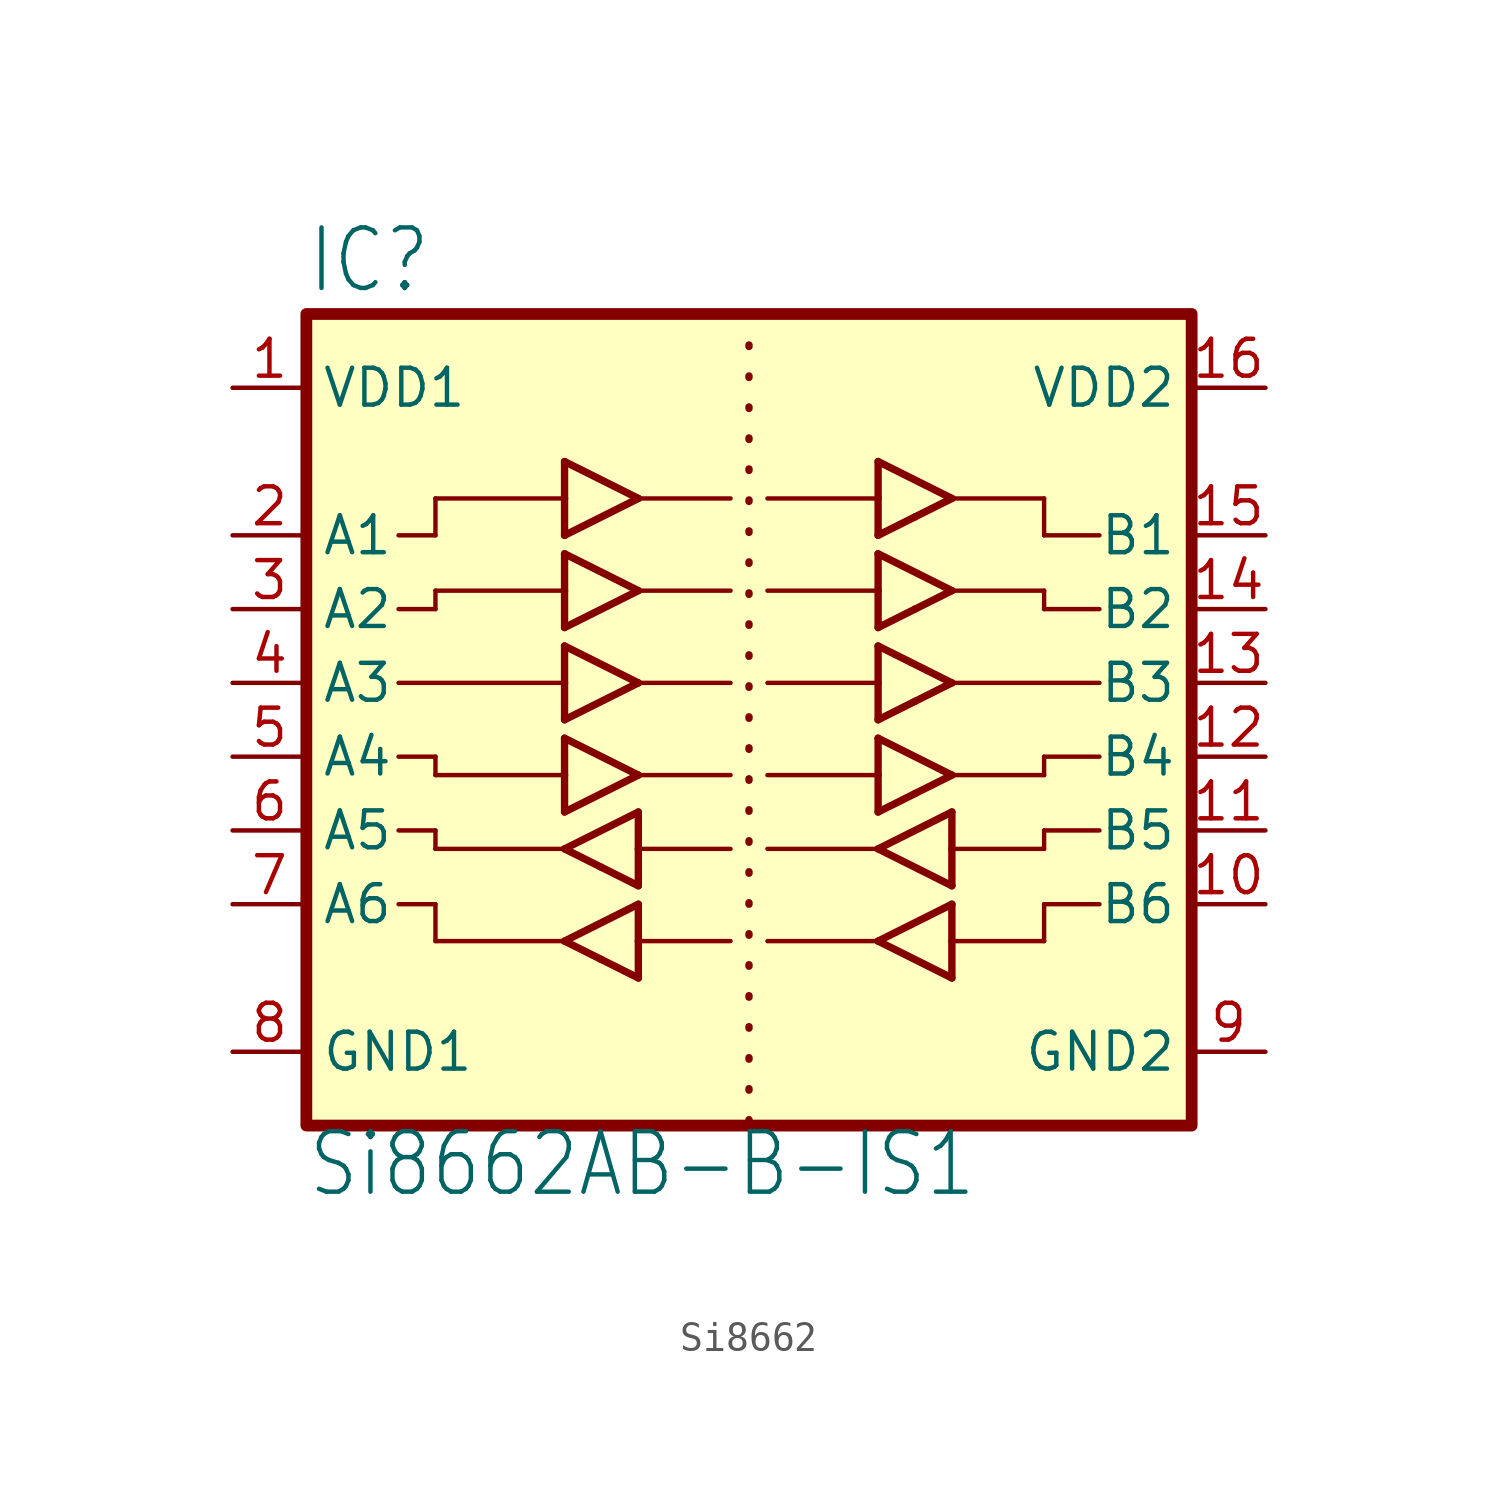
<source format=kicad_sym>
(kicad_symbol_lib
  (version 20241209)
  (generator "kicad_symbol_editor")
  (generator_version "9.0")
  (symbol "Si8662"
    (property "Reference" "IC"
      (at 0 0.635 0)
      (effects (font (size 2.083 1.77)) (justify left bottom)))
    (property "Value" "Si8662AB-B-IS1"
      (at 0 -30.48 0)
      (effects (font (size 2.083 1.77)) (justify left bottom)))
    (symbol "Si8662_1_0"
      (polyline (pts (xy 3.175 -7.62) (xy 4.445 -7.62)) (stroke (width 0.152) (type solid)) (fill (type none)))
      (polyline (pts (xy 3.175 -10.16) (xy 4.445 -10.16)) (stroke (width 0.152) (type solid)) (fill (type none)))
      (polyline (pts (xy 3.175 -15.24) (xy 4.445 -15.24)) (stroke (width 0.152) (type solid)) (fill (type none)))
      (polyline (pts (xy 3.175 -17.78) (xy 4.445 -17.78)) (stroke (width 0.152) (type solid)) (fill (type none)))
      (polyline (pts (xy 3.175 -20.32) (xy 4.445 -20.32)) (stroke (width 0.152) (type solid)) (fill (type none)))
      (polyline (pts (xy 4.445 -6.35) (xy 4.445 -7.62)) (stroke (width 0.152) (type solid)) (fill (type none)))
      (polyline (pts (xy 4.445 -9.525) (xy 4.445 -10.16)) (stroke (width 0.152) (type solid)) (fill (type none)))
      (polyline (pts (xy 4.445 -15.875) (xy 4.445 -15.24)) (stroke (width 0.152) (type solid)) (fill (type none)))
      (polyline (pts (xy 4.445 -17.78) (xy 4.445 -18.415)) (stroke (width 0.152) (type solid)) (fill (type none)))
      (polyline (pts (xy 4.445 -20.32) (xy 4.445 -21.59)) (stroke (width 0.152) (type solid)) (fill (type none)))
      (polyline (pts (xy 8.89 -5.08) (xy 11.43 -6.35)) (stroke (width 0.254) (type solid)) (fill (type none)))
      (polyline (pts (xy 8.89 -6.35) (xy 4.445 -6.35)) (stroke (width 0.152) (type solid)) (fill (type none)))
      (polyline (pts (xy 8.89 -6.35) (xy 8.89 -5.08)) (stroke (width 0.254) (type solid)) (fill (type none)))
      (polyline (pts (xy 8.89 -7.62) (xy 8.89 -6.35)) (stroke (width 0.254) (type solid)) (fill (type none)))
      (polyline (pts (xy 8.89 -8.255) (xy 11.43 -9.525)) (stroke (width 0.254) (type solid)) (fill (type none)))
      (polyline (pts (xy 8.89 -9.525) (xy 4.445 -9.525)) (stroke (width 0.152) (type solid)) (fill (type none)))
      (polyline (pts (xy 8.89 -9.525) (xy 8.89 -8.255)) (stroke (width 0.254) (type solid)) (fill (type none)))
      (polyline (pts (xy 8.89 -10.795) (xy 8.89 -9.525)) (stroke (width 0.254) (type solid)) (fill (type none)))
      (polyline (pts (xy 8.89 -11.43) (xy 11.43 -12.7)) (stroke (width 0.254) (type solid)) (fill (type none)))
      (polyline (pts (xy 8.89 -12.7) (xy 3.175 -12.7)) (stroke (width 0.152) (type solid)) (fill (type none)))
      (polyline (pts (xy 8.89 -12.7) (xy 8.89 -11.43)) (stroke (width 0.254) (type solid)) (fill (type none)))
      (polyline (pts (xy 8.89 -13.97) (xy 8.89 -12.7)) (stroke (width 0.254) (type solid)) (fill (type none)))
      (polyline (pts (xy 8.89 -14.605) (xy 11.43 -15.875)) (stroke (width 0.254) (type solid)) (fill (type none)))
      (polyline (pts (xy 8.89 -15.875) (xy 4.445 -15.875)) (stroke (width 0.152) (type solid)) (fill (type none)))
      (polyline (pts (xy 8.89 -15.875) (xy 8.89 -14.605)) (stroke (width 0.254) (type solid)) (fill (type none)))
      (polyline (pts (xy 8.89 -17.145) (xy 8.89 -15.875)) (stroke (width 0.254) (type solid)) (fill (type none)))
      (polyline (pts (xy 8.89 -18.415) (xy 4.445 -18.415)) (stroke (width 0.152) (type solid)) (fill (type none)))
      (polyline (pts (xy 8.89 -18.415) (xy 11.43 -17.145)) (stroke (width 0.254) (type solid)) (fill (type none)))
      (polyline (pts (xy 8.89 -21.59) (xy 4.445 -21.59)) (stroke (width 0.152) (type solid)) (fill (type none)))
      (polyline (pts (xy 8.89 -21.59) (xy 11.43 -20.32)) (stroke (width 0.254) (type solid)) (fill (type none)))
      (polyline (pts (xy 10.16 -19.05) (xy 8.89 -18.415)) (stroke (width 0.254) (type solid)) (fill (type none)))
      (polyline (pts (xy 10.16 -22.225) (xy 8.89 -21.59)) (stroke (width 0.254) (type solid)) (fill (type none)))
      (polyline (pts (xy 11.43 -6.35) (xy 8.89 -7.62)) (stroke (width 0.254) (type solid)) (fill (type none)))
      (polyline (pts (xy 11.43 -6.35) (xy 14.605 -6.35)) (stroke (width 0.152) (type solid)) (fill (type none)))
      (polyline (pts (xy 11.43 -9.525) (xy 8.89 -10.795)) (stroke (width 0.254) (type solid)) (fill (type none)))
      (polyline (pts (xy 11.43 -9.525) (xy 14.605 -9.525)) (stroke (width 0.152) (type solid)) (fill (type none)))
      (polyline (pts (xy 11.43 -12.7) (xy 8.89 -13.97)) (stroke (width 0.254) (type solid)) (fill (type none)))
      (polyline (pts (xy 11.43 -12.7) (xy 14.605 -12.7)) (stroke (width 0.152) (type solid)) (fill (type none)))
      (polyline (pts (xy 11.43 -15.875) (xy 8.89 -17.145)) (stroke (width 0.254) (type solid)) (fill (type none)))
      (polyline (pts (xy 11.43 -15.875) (xy 14.605 -15.875)) (stroke (width 0.152) (type solid)) (fill (type none)))
      (polyline (pts (xy 11.43 -17.145) (xy 11.43 -18.415)) (stroke (width 0.254) (type solid)) (fill (type none)))
      (polyline (pts (xy 11.43 -18.415) (xy 11.43 -19.685)) (stroke (width 0.254) (type solid)) (fill (type none)))
      (polyline (pts (xy 11.43 -18.415) (xy 14.605 -18.415)) (stroke (width 0.152) (type solid)) (fill (type none)))
      (polyline (pts (xy 11.43 -19.685) (xy 10.16 -19.05)) (stroke (width 0.254) (type solid)) (fill (type none)))
      (polyline (pts (xy 11.43 -20.32) (xy 11.43 -21.59)) (stroke (width 0.254) (type solid)) (fill (type none)))
      (polyline (pts (xy 11.43 -21.59) (xy 11.43 -22.86)) (stroke (width 0.254) (type solid)) (fill (type none)))
      (polyline (pts (xy 11.43 -21.59) (xy 14.605 -21.59)) (stroke (width 0.152) (type solid)) (fill (type none)))
      (polyline (pts (xy 11.43 -22.86) (xy 10.16 -22.225)) (stroke (width 0.254) (type solid)) (fill (type none)))
      (polyline (pts (xy 15.24 0) (xy 15.24 -27.94)) (stroke (width 0.254) (type dot)) (fill (type none)))
      (polyline (pts (xy 15.875 -18.415) (xy 19.685 -18.415)) (stroke (width 0.152) (type solid)) (fill (type none)))
      (polyline (pts (xy 15.875 -21.59) (xy 19.685 -21.59)) (stroke (width 0.152) (type solid)) (fill (type none)))
      (polyline (pts (xy 19.685 -5.08) (xy 22.225 -6.35)) (stroke (width 0.254) (type solid)) (fill (type none)))
      (polyline (pts (xy 19.685 -6.35) (xy 15.875 -6.35)) (stroke (width 0.152) (type solid)) (fill (type none)))
      (polyline (pts (xy 19.685 -6.35) (xy 19.685 -5.08)) (stroke (width 0.254) (type solid)) (fill (type none)))
      (polyline (pts (xy 19.685 -7.62) (xy 19.685 -6.35)) (stroke (width 0.254) (type solid)) (fill (type none)))
      (polyline (pts (xy 19.685 -8.255) (xy 22.225 -9.525)) (stroke (width 0.254) (type solid)) (fill (type none)))
      (polyline (pts (xy 19.685 -9.525) (xy 15.875 -9.525)) (stroke (width 0.152) (type solid)) (fill (type none)))
      (polyline (pts (xy 19.685 -9.525) (xy 19.685 -8.255)) (stroke (width 0.254) (type solid)) (fill (type none)))
      (polyline (pts (xy 19.685 -10.795) (xy 19.685 -9.525)) (stroke (width 0.254) (type solid)) (fill (type none)))
      (polyline (pts (xy 19.685 -11.43) (xy 22.225 -12.7)) (stroke (width 0.254) (type solid)) (fill (type none)))
      (polyline (pts (xy 19.685 -12.7) (xy 15.875 -12.7)) (stroke (width 0.152) (type solid)) (fill (type none)))
      (polyline (pts (xy 19.685 -12.7) (xy 19.685 -11.43)) (stroke (width 0.254) (type solid)) (fill (type none)))
      (polyline (pts (xy 19.685 -13.97) (xy 19.685 -12.7)) (stroke (width 0.254) (type solid)) (fill (type none)))
      (polyline (pts (xy 19.685 -14.605) (xy 22.225 -15.875)) (stroke (width 0.254) (type solid)) (fill (type none)))
      (polyline (pts (xy 19.685 -15.875) (xy 15.875 -15.875)) (stroke (width 0.152) (type solid)) (fill (type none)))
      (polyline (pts (xy 19.685 -15.875) (xy 19.685 -14.605)) (stroke (width 0.254) (type solid)) (fill (type none)))
      (polyline (pts (xy 19.685 -17.145) (xy 19.685 -15.875)) (stroke (width 0.254) (type solid)) (fill (type none)))
      (polyline (pts (xy 19.685 -18.415) (xy 22.225 -17.145)) (stroke (width 0.254) (type solid)) (fill (type none)))
      (polyline (pts (xy 19.685 -21.59) (xy 22.225 -20.32)) (stroke (width 0.254) (type solid)) (fill (type none)))
      (polyline (pts (xy 20.955 -6.985) (xy 19.685 -7.62)) (stroke (width 0.254) (type solid)) (fill (type none)))
      (polyline (pts (xy 20.955 -10.16) (xy 19.685 -10.795)) (stroke (width 0.254) (type solid)) (fill (type none)))
      (polyline (pts (xy 20.955 -13.335) (xy 19.685 -13.97)) (stroke (width 0.254) (type solid)) (fill (type none)))
      (polyline (pts (xy 20.955 -16.51) (xy 19.685 -17.145)) (stroke (width 0.254) (type solid)) (fill (type none)))
      (polyline (pts (xy 22.225 -6.35) (xy 20.955 -6.985)) (stroke (width 0.254) (type solid)) (fill (type none)))
      (polyline (pts (xy 22.225 -6.35) (xy 25.4 -6.35)) (stroke (width 0.152) (type solid)) (fill (type none)))
      (polyline (pts (xy 22.225 -9.525) (xy 20.955 -10.16)) (stroke (width 0.254) (type solid)) (fill (type none)))
      (polyline (pts (xy 22.225 -9.525) (xy 25.4 -9.525)) (stroke (width 0.152) (type solid)) (fill (type none)))
      (polyline (pts (xy 22.225 -12.7) (xy 20.955 -13.335)) (stroke (width 0.254) (type solid)) (fill (type none)))
      (polyline (pts (xy 22.225 -12.7) (xy 27.305 -12.7)) (stroke (width 0.152) (type solid)) (fill (type none)))
      (polyline (pts (xy 22.225 -15.875) (xy 20.955 -16.51)) (stroke (width 0.254) (type solid)) (fill (type none)))
      (polyline (pts (xy 22.225 -15.875) (xy 25.4 -15.875)) (stroke (width 0.152) (type solid)) (fill (type none)))
      (polyline (pts (xy 22.225 -17.145) (xy 22.225 -18.415)) (stroke (width 0.254) (type solid)) (fill (type none)))
      (polyline (pts (xy 22.225 -18.415) (xy 22.225 -19.685)) (stroke (width 0.254) (type solid)) (fill (type none)))
      (polyline (pts (xy 22.225 -18.415) (xy 25.4 -18.415)) (stroke (width 0.152) (type solid)) (fill (type none)))
      (polyline (pts (xy 22.225 -19.685) (xy 19.685 -18.415)) (stroke (width 0.254) (type solid)) (fill (type none)))
      (polyline (pts (xy 22.225 -20.32) (xy 22.225 -21.59)) (stroke (width 0.254) (type solid)) (fill (type none)))
      (polyline (pts (xy 22.225 -21.59) (xy 22.225 -22.86)) (stroke (width 0.254) (type solid)) (fill (type none)))
      (polyline (pts (xy 22.225 -21.59) (xy 25.4 -21.59)) (stroke (width 0.152) (type solid)) (fill (type none)))
      (polyline (pts (xy 22.225 -22.86) (xy 19.685 -21.59)) (stroke (width 0.254) (type solid)) (fill (type none)))
      (polyline (pts (xy 25.4 -6.35) (xy 25.4 -7.62)) (stroke (width 0.152) (type solid)) (fill (type none)))
      (polyline (pts (xy 25.4 -7.62) (xy 27.305 -7.62)) (stroke (width 0.152) (type solid)) (fill (type none)))
      (polyline (pts (xy 25.4 -9.525) (xy 25.4 -10.16)) (stroke (width 0.152) (type solid)) (fill (type none)))
      (polyline (pts (xy 25.4 -10.16) (xy 27.305 -10.16)) (stroke (width 0.152) (type solid)) (fill (type none)))
      (polyline (pts (xy 25.4 -15.24) (xy 25.4 -15.875)) (stroke (width 0.152) (type solid)) (fill (type none)))
      (polyline (pts (xy 25.4 -15.24) (xy 27.305 -15.24)) (stroke (width 0.152) (type solid)) (fill (type none)))
      (polyline (pts (xy 25.4 -17.78) (xy 27.305 -17.78)) (stroke (width 0.152) (type solid)) (fill (type none)))
      (polyline (pts (xy 25.4 -18.415) (xy 25.4 -17.78)) (stroke (width 0.152) (type solid)) (fill (type none)))
      (polyline (pts (xy 25.4 -20.32) (xy 25.4 -21.59)) (stroke (width 0.152) (type solid)) (fill (type none)))
      (polyline (pts (xy 25.4 -20.32) (xy 27.305 -20.32)) (stroke (width 0.152) (type solid)) (fill (type none)))
      (pin power_in line (at -2.54 -2.54 0) (length 2.54) (name "VDD1" (effects (font (size 1.27 1.27)))) (number "1" (effects (font (size 1.27 1.27)))))
      (pin input line (at -2.54 -7.62 0) (length 2.54) (name "A1" (effects (font (size 1.27 1.27)))) (number "2" (effects (font (size 1.27 1.27)))))
      (pin input line (at -2.54 -10.16 0) (length 2.54) (name "A2" (effects (font (size 1.27 1.27)))) (number "3" (effects (font (size 1.27 1.27)))))
      (pin input line (at -2.54 -12.7 0) (length 2.54) (name "A3" (effects (font (size 1.27 1.27)))) (number "4" (effects (font (size 1.27 1.27)))))
      (pin input line (at -2.54 -15.24 0) (length 2.54) (name "A4" (effects (font (size 1.27 1.27)))) (number "5" (effects (font (size 1.27 1.27)))))
      (pin output line (at -2.54 -17.78 0) (length 2.54) (name "A5" (effects (font (size 1.27 1.27)))) (number "6" (effects (font (size 1.27 1.27)))))
      (pin output line (at -2.54 -20.32 0) (length 2.54) (name "A6" (effects (font (size 1.27 1.27)))) (number "7" (effects (font (size 1.27 1.27)))))
      (pin passive line (at -2.54 -25.4 0) (length 2.54) (name "GND1" (effects (font (size 1.27 1.27)))) (number "8" (effects (font (size 1.27 1.27)))))
      (pin power_in line (at 33.02 -2.54 180) (length 2.54) (name "VDD2" (effects (font (size 1.27 1.27)))) (number "16" (effects (font (size 1.27 1.27)))))
      (pin output line (at 33.02 -7.62 180) (length 2.54) (name "B1" (effects (font (size 1.27 1.27)))) (number "15" (effects (font (size 1.27 1.27)))))
      (pin output line (at 33.02 -10.16 180) (length 2.54) (name "B2" (effects (font (size 1.27 1.27)))) (number "14" (effects (font (size 1.27 1.27)))))
      (pin output line (at 33.02 -12.7 180) (length 2.54) (name "B3" (effects (font (size 1.27 1.27)))) (number "13" (effects (font (size 1.27 1.27)))))
      (pin output line (at 33.02 -15.24 180) (length 2.54) (name "B4" (effects (font (size 1.27 1.27)))) (number "12" (effects (font (size 1.27 1.27)))))
      (pin input line (at 33.02 -17.78 180) (length 2.54) (name "B5" (effects (font (size 1.27 1.27)))) (number "11" (effects (font (size 1.27 1.27)))))
      (pin input line (at 33.02 -20.32 180) (length 2.54) (name "B6" (effects (font (size 1.27 1.27)))) (number "10" (effects (font (size 1.27 1.27)))))
      (pin passive line (at 33.02 -25.4 180) (length 2.54) (name "GND2" (effects (font (size 1.27 1.27)))) (number "9" (effects (font (size 1.27 1.27))))))
    (symbol "Si8662_1_1"
      (rectangle (start 0 0) (end 30.48 -27.94) (stroke (width 0.406) (type default)) (fill (type background))))))
</source>
